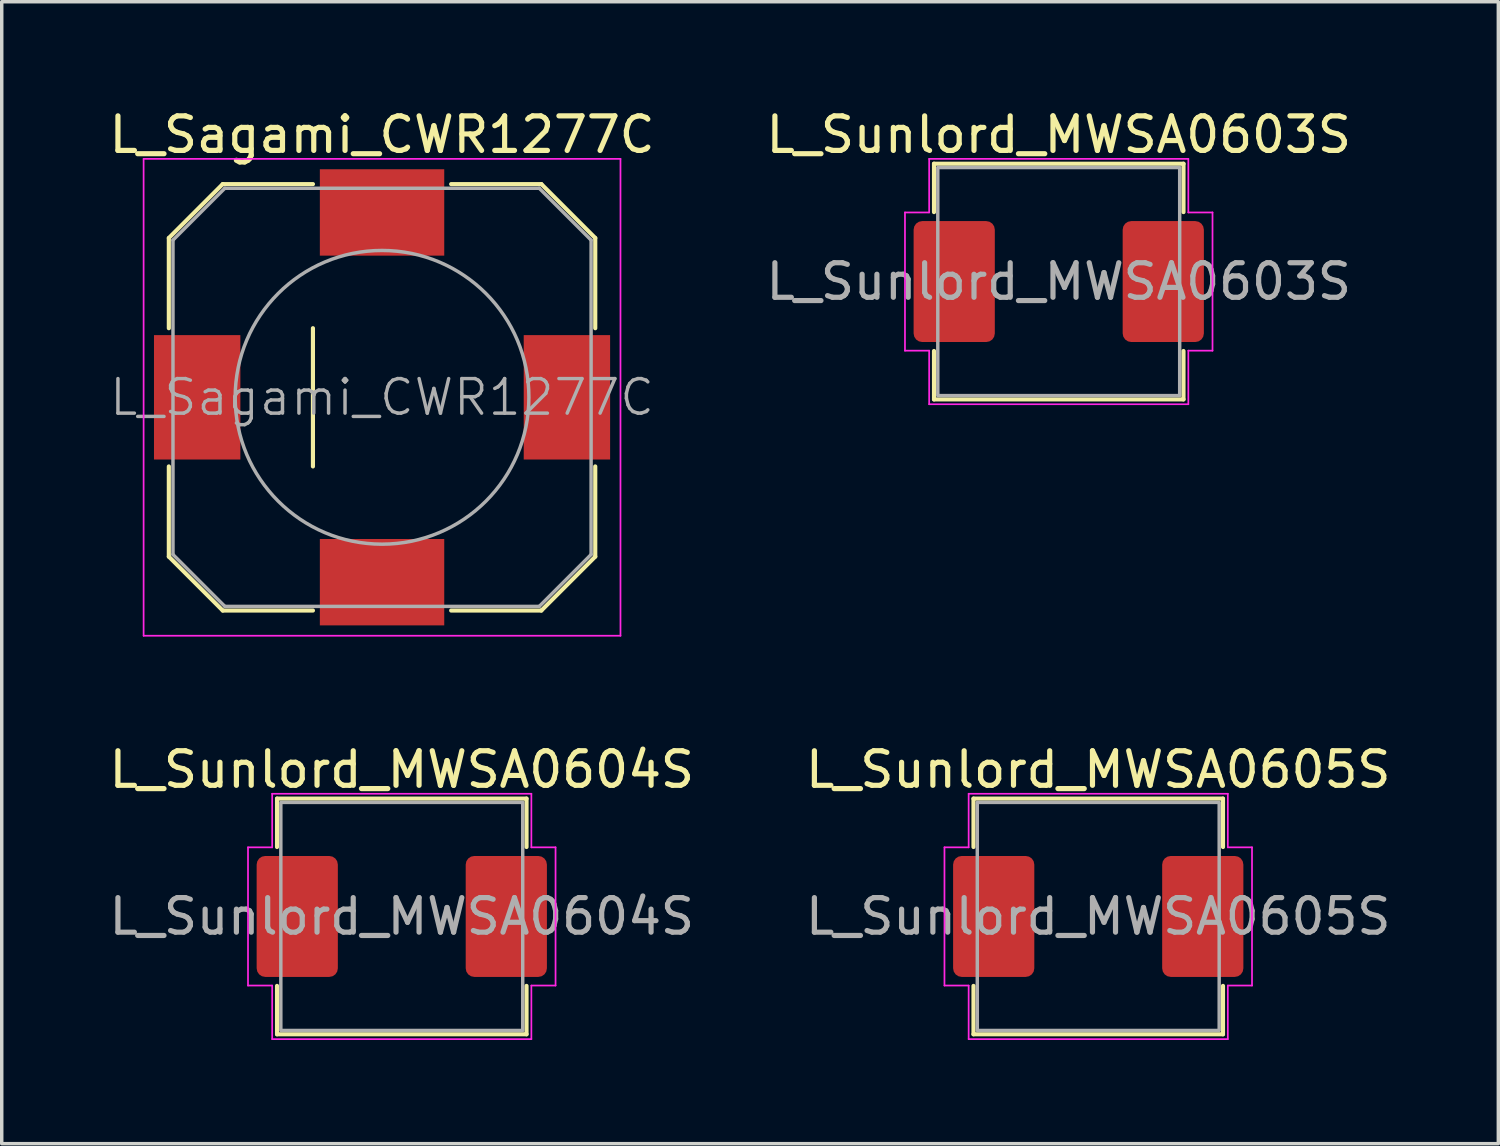
<source format=kicad_pcb>
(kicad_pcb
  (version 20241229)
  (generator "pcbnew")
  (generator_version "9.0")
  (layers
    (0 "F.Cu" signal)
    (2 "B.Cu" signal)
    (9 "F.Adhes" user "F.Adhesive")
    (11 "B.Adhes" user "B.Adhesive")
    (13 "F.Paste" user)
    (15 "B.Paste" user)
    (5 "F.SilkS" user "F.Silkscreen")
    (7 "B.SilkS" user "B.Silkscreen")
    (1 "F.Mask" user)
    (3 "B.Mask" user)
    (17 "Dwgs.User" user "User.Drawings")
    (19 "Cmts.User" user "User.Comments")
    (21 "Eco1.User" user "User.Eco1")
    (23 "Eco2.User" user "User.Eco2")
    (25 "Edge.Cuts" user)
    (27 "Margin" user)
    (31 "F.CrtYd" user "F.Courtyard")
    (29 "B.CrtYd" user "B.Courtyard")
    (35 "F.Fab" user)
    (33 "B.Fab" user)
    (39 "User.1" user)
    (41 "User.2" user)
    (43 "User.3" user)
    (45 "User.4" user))
  (footprint "L_Sunlord_MWSA0604S"
    (layer "F.Cu")
    (at 8.577 23.471)
    (property "Reference" "L_Sunlord_MWSA0604S" (at 0 -4.25 0) (layer "F.SilkS") (effects (font (size 1 1) (thickness 0.15))))
    (attr smd)
    (fp_line (start -3.61 -3.41) (end 3.61 -3.41) (stroke (width 0.12) (type solid)) (layer "F.SilkS"))
    (fp_line (start -3.61 -2.01) (end -3.61 -3.41) (stroke (width 0.12) (type solid)) (layer "F.SilkS"))
    (fp_line (start -3.61 3.41) (end -3.61 2.01) (stroke (width 0.12) (type solid)) (layer "F.SilkS"))
    (fp_line (start 3.61 -3.41) (end 3.61 -2.01) (stroke (width 0.12) (type solid)) (layer "F.SilkS"))
    (fp_line (start 3.61 2.01) (end 3.61 3.41) (stroke (width 0.12) (type solid)) (layer "F.SilkS"))
    (fp_line (start 3.61 3.41) (end -3.61 3.41) (stroke (width 0.12) (type solid)) (layer "F.SilkS"))
    (fp_line (start -4.45 -2) (end -3.75 -2) (stroke (width 0.05) (type solid)) (layer "F.CrtYd"))
    (fp_line (start -4.45 2) (end -4.45 -2) (stroke (width 0.05) (type solid)) (layer "F.CrtYd"))
    (fp_line (start -3.75 -3.55) (end 3.75 -3.55) (stroke (width 0.05) (type solid)) (layer "F.CrtYd"))
    (fp_line (start -3.75 -2) (end -3.75 -3.55) (stroke (width 0.05) (type solid)) (layer "F.CrtYd"))
    (fp_line (start -3.75 2) (end -4.45 2) (stroke (width 0.05) (type solid)) (layer "F.CrtYd"))
    (fp_line (start -3.75 3.55) (end -3.75 2) (stroke (width 0.05) (type solid)) (layer "F.CrtYd"))
    (fp_line (start 3.75 -3.55) (end 3.75 -2) (stroke (width 0.05) (type solid)) (layer "F.CrtYd"))
    (fp_line (start 3.75 -2) (end 4.45 -2) (stroke (width 0.05) (type solid)) (layer "F.CrtYd"))
    (fp_line (start 3.75 2) (end 3.75 3.55) (stroke (width 0.05) (type solid)) (layer "F.CrtYd"))
    (fp_line (start 3.75 3.55) (end -3.75 3.55) (stroke (width 0.05) (type solid)) (layer "F.CrtYd"))
    (fp_line (start 4.45 -2) (end 4.45 2) (stroke (width 0.05) (type solid)) (layer "F.CrtYd"))
    (fp_line (start 4.45 2) (end 3.75 2) (stroke (width 0.05) (type solid)) (layer "F.CrtYd"))
    (fp_rect (start -3.5 -3.3) (end 3.5 3.3) (stroke (width 0.1) (type solid)) (fill no) (layer "F.Fab"))
    (fp_text user "${REFERENCE}" (at 0 0 0) (layer "F.Fab") (effects (font (size 1 1) (thickness 0.15))))
    (pad "1" smd roundrect (at -3.025 0) (size 2.35 3.5) (layers "F.Cu" "F.Mask" "F.Paste") (roundrect_rratio 0.106))
    (pad "2" smd roundrect (at 3.025 0) (size 2.35 3.5) (layers "F.Cu" "F.Mask" "F.Paste") (roundrect_rratio 0.106)))
  (footprint "L_Sunlord_MWSA0605S"
    (layer "F.Cu")
    (at 28.732 23.471)
    (property "Reference" "L_Sunlord_MWSA0605S" (at 0 -4.25 0) (layer "F.SilkS") (effects (font (size 1 1) (thickness 0.15))))
    (attr smd)
    (fp_line (start -3.61 -3.41) (end 3.61 -3.41) (stroke (width 0.12) (type solid)) (layer "F.SilkS"))
    (fp_line (start -3.61 -2.01) (end -3.61 -3.41) (stroke (width 0.12) (type solid)) (layer "F.SilkS"))
    (fp_line (start -3.61 3.41) (end -3.61 2.01) (stroke (width 0.12) (type solid)) (layer "F.SilkS"))
    (fp_line (start 3.61 -3.41) (end 3.61 -2.01) (stroke (width 0.12) (type solid)) (layer "F.SilkS"))
    (fp_line (start 3.61 2.01) (end 3.61 3.41) (stroke (width 0.12) (type solid)) (layer "F.SilkS"))
    (fp_line (start 3.61 3.41) (end -3.61 3.41) (stroke (width 0.12) (type solid)) (layer "F.SilkS"))
    (fp_line (start -4.45 -2) (end -3.75 -2) (stroke (width 0.05) (type solid)) (layer "F.CrtYd"))
    (fp_line (start -4.45 2) (end -4.45 -2) (stroke (width 0.05) (type solid)) (layer "F.CrtYd"))
    (fp_line (start -3.75 -3.55) (end 3.75 -3.55) (stroke (width 0.05) (type solid)) (layer "F.CrtYd"))
    (fp_line (start -3.75 -2) (end -3.75 -3.55) (stroke (width 0.05) (type solid)) (layer "F.CrtYd"))
    (fp_line (start -3.75 2) (end -4.45 2) (stroke (width 0.05) (type solid)) (layer "F.CrtYd"))
    (fp_line (start -3.75 3.55) (end -3.75 2) (stroke (width 0.05) (type solid)) (layer "F.CrtYd"))
    (fp_line (start 3.75 -3.55) (end 3.75 -2) (stroke (width 0.05) (type solid)) (layer "F.CrtYd"))
    (fp_line (start 3.75 -2) (end 4.45 -2) (stroke (width 0.05) (type solid)) (layer "F.CrtYd"))
    (fp_line (start 3.75 2) (end 3.75 3.55) (stroke (width 0.05) (type solid)) (layer "F.CrtYd"))
    (fp_line (start 3.75 3.55) (end -3.75 3.55) (stroke (width 0.05) (type solid)) (layer "F.CrtYd"))
    (fp_line (start 4.45 -2) (end 4.45 2) (stroke (width 0.05) (type solid)) (layer "F.CrtYd"))
    (fp_line (start 4.45 2) (end 3.75 2) (stroke (width 0.05) (type solid)) (layer "F.CrtYd"))
    (fp_rect (start -3.5 -3.3) (end 3.5 3.3) (stroke (width 0.1) (type solid)) (fill no) (layer "F.Fab"))
    (fp_text user "${REFERENCE}" (at 0 0 0) (layer "F.Fab") (effects (font (size 1 1) (thickness 0.15))))
    (pad "1" smd roundrect (at -3.025 0) (size 2.35 3.5) (layers "F.Cu" "F.Mask" "F.Paste") (roundrect_rratio 0.106))
    (pad "2" smd roundrect (at 3.025 0) (size 2.35 3.5) (layers "F.Cu" "F.Mask" "F.Paste") (roundrect_rratio 0.106)))
  (footprint "L_Sagami_CWR1277C"
    (layer "F.Cu")
    (at 8.006 8.448)
    (property "Reference" "L_Sagami_CWR1277C" (at 0 -7.6 0) (layer "F.SilkS") (effects (font (size 1 1) (thickness 0.15))))
    (attr smd)
    (fp_line (start -6.17 -4.61) (end -6.17 -2) (stroke (width 0.12) (type solid)) (layer "F.SilkS"))
    (fp_line (start -6.17 2) (end -6.17 4.61) (stroke (width 0.12) (type solid)) (layer "F.SilkS"))
    (fp_line (start -4.61 -6.17) (end -6.17 -4.61) (stroke (width 0.12) (type solid)) (layer "F.SilkS"))
    (fp_line (start -4.61 -6.17) (end -2 -6.17) (stroke (width 0.12) (type solid)) (layer "F.SilkS"))
    (fp_line (start -4.61 6.17) (end -6.17 4.61) (stroke (width 0.12) (type solid)) (layer "F.SilkS"))
    (fp_line (start -4.61 6.17) (end -2 6.17) (stroke (width 0.12) (type solid)) (layer "F.SilkS"))
    (fp_line (start -2 -2) (end -2 2) (stroke (width 0.12) (type solid)) (layer "F.SilkS"))
    (fp_line (start 2 6.17) (end 4.61 6.17) (stroke (width 0.12) (type solid)) (layer "F.SilkS"))
    (fp_line (start 4.61 -6.17) (end 2 -6.17) (stroke (width 0.12) (type solid)) (layer "F.SilkS"))
    (fp_line (start 4.61 -6.17) (end 6.17 -4.61) (stroke (width 0.12) (type solid)) (layer "F.SilkS"))
    (fp_line (start 4.61 6.17) (end 6.17 4.61) (stroke (width 0.12) (type solid)) (layer "F.SilkS"))
    (fp_line (start 6.17 -2) (end 6.17 -4.61) (stroke (width 0.12) (type solid)) (layer "F.SilkS"))
    (fp_line (start 6.17 4.61) (end 6.17 2) (stroke (width 0.12) (type solid)) (layer "F.SilkS"))
    (fp_line (start -6.9 -6.9) (end -6.9 6.9) (stroke (width 0.05) (type solid)) (layer "F.CrtYd"))
    (fp_line (start -6.9 -6.9) (end 6.9 -6.9) (stroke (width 0.05) (type solid)) (layer "F.CrtYd"))
    (fp_line (start -6.9 6.9) (end 6.9 6.9) (stroke (width 0.05) (type solid)) (layer "F.CrtYd"))
    (fp_line (start 6.9 -6.9) (end 6.9 6.9) (stroke (width 0.05) (type solid)) (layer "F.CrtYd"))
    (fp_line (start -6.05 -4.55) (end -4.55 -6.05) (stroke (width 0.1) (type solid)) (layer "F.Fab"))
    (fp_line (start -6.05 4.55) (end -6.05 -4.55) (stroke (width 0.1) (type solid)) (layer "F.Fab"))
    (fp_line (start -6.05 4.55) (end -4.55 6.05) (stroke (width 0.1) (type solid)) (layer "F.Fab"))
    (fp_line (start -4.55 -6.05) (end 4.55 -6.05) (stroke (width 0.1) (type solid)) (layer "F.Fab"))
    (fp_line (start 4.55 -6.05) (end 6.05 -4.55) (stroke (width 0.1) (type solid)) (layer "F.Fab"))
    (fp_line (start 4.55 6.05) (end -4.55 6.05) (stroke (width 0.1) (type solid)) (layer "F.Fab"))
    (fp_line (start 4.55 6.05) (end 6.05 4.55) (stroke (width 0.1) (type solid)) (layer "F.Fab"))
    (fp_line (start 6.05 -4.55) (end 6.05 4.55) (stroke (width 0.1) (type solid)) (layer "F.Fab"))
    (fp_circle (center 0 0) (end 4.25 0) (stroke (width 0.1) (type solid)) (fill no) (layer "F.Fab"))
    (fp_text user "${REFERENCE}" (at 0 0 0) (layer "F.Fab") (effects (font (size 1 1) (thickness 0.1))))
    (pad "1" smd rect (at -5.35 0) (size 2.5 3.6) (layers "F.Cu" "F.Mask" "F.Paste"))
    (pad "1" smd rect (at 0 5.35) (size 3.6 2.5) (layers "F.Cu" "F.Mask" "F.Paste"))
    (pad "2" smd rect (at 0 -5.35) (size 3.6 2.5) (layers "F.Cu" "F.Mask" "F.Paste"))
    (pad "2" smd rect (at 5.35 0) (size 2.5 3.6) (layers "F.Cu" "F.Mask" "F.Paste")))
  (footprint "L_Sunlord_MWSA0603S"
    (layer "F.Cu")
    (at 27.589 5.098)
    (property "Reference" "L_Sunlord_MWSA0603S" (at 0 -4.25 0) (layer "F.SilkS") (effects (font (size 1 1) (thickness 0.15))))
    (attr smd)
    (fp_line (start -3.61 -3.41) (end 3.61 -3.41) (stroke (width 0.12) (type solid)) (layer "F.SilkS"))
    (fp_line (start -3.61 -2.01) (end -3.61 -3.41) (stroke (width 0.12) (type solid)) (layer "F.SilkS"))
    (fp_line (start -3.61 3.41) (end -3.61 2.01) (stroke (width 0.12) (type solid)) (layer "F.SilkS"))
    (fp_line (start 3.61 -3.41) (end 3.61 -2.01) (stroke (width 0.12) (type solid)) (layer "F.SilkS"))
    (fp_line (start 3.61 2.01) (end 3.61 3.41) (stroke (width 0.12) (type solid)) (layer "F.SilkS"))
    (fp_line (start 3.61 3.41) (end -3.61 3.41) (stroke (width 0.12) (type solid)) (layer "F.SilkS"))
    (fp_line (start -4.45 -2) (end -3.75 -2) (stroke (width 0.05) (type solid)) (layer "F.CrtYd"))
    (fp_line (start -4.45 2) (end -4.45 -2) (stroke (width 0.05) (type solid)) (layer "F.CrtYd"))
    (fp_line (start -3.75 -3.55) (end 3.75 -3.55) (stroke (width 0.05) (type solid)) (layer "F.CrtYd"))
    (fp_line (start -3.75 -2) (end -3.75 -3.55) (stroke (width 0.05) (type solid)) (layer "F.CrtYd"))
    (fp_line (start -3.75 2) (end -4.45 2) (stroke (width 0.05) (type solid)) (layer "F.CrtYd"))
    (fp_line (start -3.75 3.55) (end -3.75 2) (stroke (width 0.05) (type solid)) (layer "F.CrtYd"))
    (fp_line (start 3.75 -3.55) (end 3.75 -2) (stroke (width 0.05) (type solid)) (layer "F.CrtYd"))
    (fp_line (start 3.75 -2) (end 4.45 -2) (stroke (width 0.05) (type solid)) (layer "F.CrtYd"))
    (fp_line (start 3.75 2) (end 3.75 3.55) (stroke (width 0.05) (type solid)) (layer "F.CrtYd"))
    (fp_line (start 3.75 3.55) (end -3.75 3.55) (stroke (width 0.05) (type solid)) (layer "F.CrtYd"))
    (fp_line (start 4.45 -2) (end 4.45 2) (stroke (width 0.05) (type solid)) (layer "F.CrtYd"))
    (fp_line (start 4.45 2) (end 3.75 2) (stroke (width 0.05) (type solid)) (layer "F.CrtYd"))
    (fp_rect (start -3.5 -3.3) (end 3.5 3.3) (stroke (width 0.1) (type solid)) (fill no) (layer "F.Fab"))
    (fp_text user "${REFERENCE}" (at 0 0 0) (layer "F.Fab") (effects (font (size 1 1) (thickness 0.15))))
    (pad "1" smd roundrect (at -3.025 0) (size 2.35 3.5) (layers "F.Cu" "F.Mask" "F.Paste") (roundrect_rratio 0.106))
    (pad "2" smd roundrect (at 3.025 0) (size 2.35 3.5) (layers "F.Cu" "F.Mask" "F.Paste") (roundrect_rratio 0.106)))
  (gr_rect
    (start -3 -3)
    (end 40.31 30.047)
    (stroke (width 0.1) (type default))
    (fill no)
    (layer "Edge.Cuts")))
</source>
